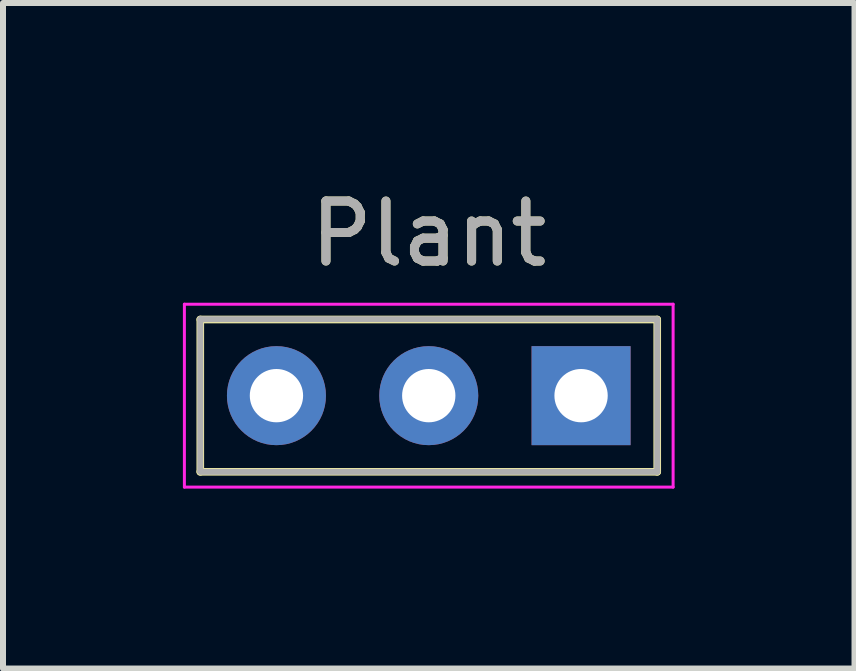
<source format=kicad_pcb>
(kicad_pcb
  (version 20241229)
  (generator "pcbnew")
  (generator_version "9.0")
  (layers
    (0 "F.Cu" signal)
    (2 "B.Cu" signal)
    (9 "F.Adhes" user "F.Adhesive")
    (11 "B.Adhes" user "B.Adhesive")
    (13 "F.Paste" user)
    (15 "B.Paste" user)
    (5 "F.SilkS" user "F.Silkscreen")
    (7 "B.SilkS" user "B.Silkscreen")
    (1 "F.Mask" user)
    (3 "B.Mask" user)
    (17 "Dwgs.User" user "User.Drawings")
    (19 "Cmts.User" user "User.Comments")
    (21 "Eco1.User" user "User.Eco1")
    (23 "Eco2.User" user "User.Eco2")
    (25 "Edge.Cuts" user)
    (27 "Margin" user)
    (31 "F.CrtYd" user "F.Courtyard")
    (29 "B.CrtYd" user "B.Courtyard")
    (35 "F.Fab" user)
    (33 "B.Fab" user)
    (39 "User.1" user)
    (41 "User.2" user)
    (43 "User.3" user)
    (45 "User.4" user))
  (footprint "Plant"
    (layer "F.Cu")
    (at 4.1 3.548)
    (property "Reference" "Plant" (at 0 -2.7 180) (layer "F.SilkS") (effects (font (size 1 1) (thickness 0.15))))
    (attr exclude_from_pos_files exclude_from_bom)
    (fp_line (start -3.81 -1.27) (end 3.81 -1.27) (stroke (width 0.127) (type solid)) (layer "F.SilkS"))
    (fp_line (start -3.81 1.27) (end -3.81 -1.27) (stroke (width 0.127) (type solid)) (layer "F.SilkS"))
    (fp_line (start 3.81 -1.27) (end 3.81 1.27) (stroke (width 0.127) (type solid)) (layer "F.SilkS"))
    (fp_line (start 3.81 1.27) (end -3.81 1.27) (stroke (width 0.127) (type solid)) (layer "F.SilkS"))
    (fp_line (start -4.075 -1.525) (end 4.075 -1.525) (stroke (width 0.05) (type solid)) (layer "F.CrtYd"))
    (fp_line (start -4.075 1.525) (end -4.075 -1.525) (stroke (width 0.05) (type solid)) (layer "F.CrtYd"))
    (fp_line (start 4.075 -1.525) (end 4.075 1.525) (stroke (width 0.05) (type solid)) (layer "F.CrtYd"))
    (fp_line (start 4.075 1.525) (end -4.075 1.525) (stroke (width 0.05) (type solid)) (layer "F.CrtYd"))
    (fp_line (start -3.81 -1.275) (end 3.81 -1.275) (stroke (width 0.1) (type solid)) (layer "F.Fab"))
    (fp_line (start -3.81 1.265) (end -3.81 -1.275) (stroke (width 0.1) (type solid)) (layer "F.Fab"))
    (fp_line (start 3.81 -1.27) (end 3.81 1.27) (stroke (width 0.1) (type solid)) (layer "F.Fab"))
    (fp_line (start 3.81 1.27) (end -3.81 1.27) (stroke (width 0.1) (type solid)) (layer "F.Fab"))
    (fp_text user "${REFERENCE}" (at 0 -2.7 0) (layer "F.Fab") (effects (font (size 1 1) (thickness 0.15))))
    (pad "1" thru_hole rect (at 2.54 0 90) (size 1.651 1.651) (drill 0.889) (layers "*.Cu" "*.Mask"))
    (pad "2" thru_hole circle (at 0 0 90) (size 1.651 1.651) (drill 0.889) (layers "*.Cu" "*.Mask"))
    (pad "3" thru_hole circle (at -2.54 0 90) (size 1.651 1.651) (drill 0.889) (layers "*.Cu" "*.Mask")))
  (gr_rect
    (start -3 -3)
    (end 11.2 8.098)
    (stroke (width 0.1) (type default))
    (fill no)
    (layer "Edge.Cuts")))
</source>
